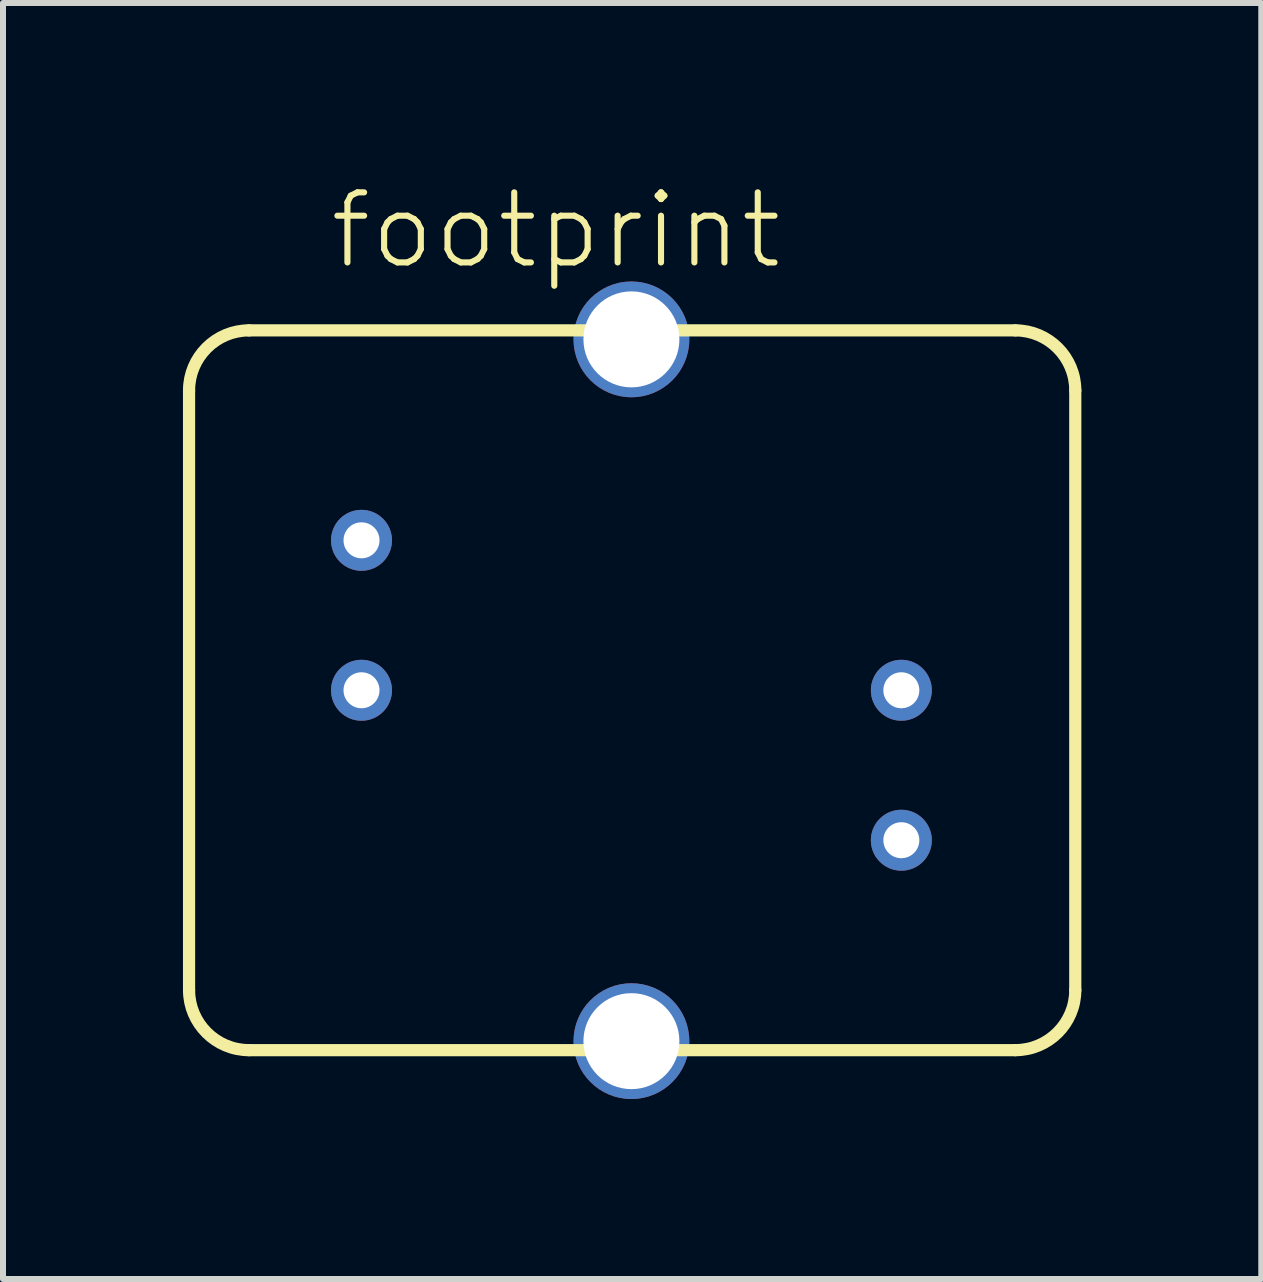
<source format=kicad_pcb>
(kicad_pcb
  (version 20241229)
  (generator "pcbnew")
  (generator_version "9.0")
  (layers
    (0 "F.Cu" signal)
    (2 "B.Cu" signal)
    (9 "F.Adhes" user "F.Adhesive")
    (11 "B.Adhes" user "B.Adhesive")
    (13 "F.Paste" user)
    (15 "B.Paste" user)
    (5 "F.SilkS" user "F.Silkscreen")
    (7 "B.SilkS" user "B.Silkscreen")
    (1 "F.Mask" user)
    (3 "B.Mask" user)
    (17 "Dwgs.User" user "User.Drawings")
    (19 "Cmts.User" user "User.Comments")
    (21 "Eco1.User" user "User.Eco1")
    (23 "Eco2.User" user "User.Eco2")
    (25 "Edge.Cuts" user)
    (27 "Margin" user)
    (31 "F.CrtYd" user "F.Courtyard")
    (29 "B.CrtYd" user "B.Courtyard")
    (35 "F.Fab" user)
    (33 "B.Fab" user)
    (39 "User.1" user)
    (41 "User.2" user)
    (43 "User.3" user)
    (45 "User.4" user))
  (footprint "footprint"
    (layer "F.Cu")
    (at 7.477 8.458)
    (property "Reference" "footprint" (at -5.08 -6.985 0) (layer "F.SilkS") (effects (font (size 1.168 1.168) (thickness 0.102)) (justify left bottom)))
    (fp_line (start -7.375 -5) (end -7.375 5) (stroke (width 0.203) (type solid)) (layer "F.SilkS"))
    (fp_line (start -6.375 6) (end 6.4 6) (stroke (width 0.203) (type solid)) (layer "F.SilkS"))
    (fp_line (start 6.4 -6) (end -6.375 -6) (stroke (width 0.203) (type solid)) (layer "F.SilkS"))
    (fp_line (start 7.4 5) (end 7.4 -5) (stroke (width 0.203) (type solid)) (layer "F.SilkS"))
    (fp_arc (start -7.375 -5) (mid -7.082107 -5.707107) (end -6.375 -6) (stroke (width 0.2032) (type solid)) (layer "F.SilkS"))
    (fp_arc (start -6.375 6) (mid -7.082107 5.707107) (end -7.375 5) (stroke (width 0.2032) (type solid)) (layer "F.SilkS"))
    (fp_arc (start 6.4 -6) (mid 7.107107 -5.707107) (end 7.4 -5) (stroke (width 0.2032) (type solid)) (layer "F.SilkS"))
    (fp_arc (start 7.4 5) (mid 7.107107 5.707107) (end 6.4 6) (stroke (width 0.2032) (type solid)) (layer "F.SilkS"))
    (pad "1" thru_hole circle (at -4.5 -2.5) (size 1.016 1.016) (drill 0.6) (layers "*.Cu" "*.Mask"))
    (pad "2" thru_hole circle (at -4.5 0) (size 1.016 1.016) (drill 0.6) (layers "*.Cu" "*.Mask"))
    (pad "3" thru_hole circle (at 4.5 0 180) (size 1.016 1.016) (drill 0.6) (layers "*.Cu" "*.Mask"))
    (pad "4" thru_hole circle (at 4.5 2.5 180) (size 1.016 1.016) (drill 0.6) (layers "*.Cu" "*.Mask"))
    (pad "S@1" thru_hole circle (at 0 -5.85) (size 1.93 1.93) (drill 1.6) (layers "*.Cu" "*.Mask"))
    (pad "S@2" thru_hole circle (at 0 5.85) (size 1.93 1.93) (drill 1.6) (layers "*.Cu" "*.Mask")))
  (gr_rect
    (start -3 -3)
    (end 17.978 18.273)
    (stroke (width 0.1) (type default))
    (fill no)
    (layer "Edge.Cuts")))
</source>
